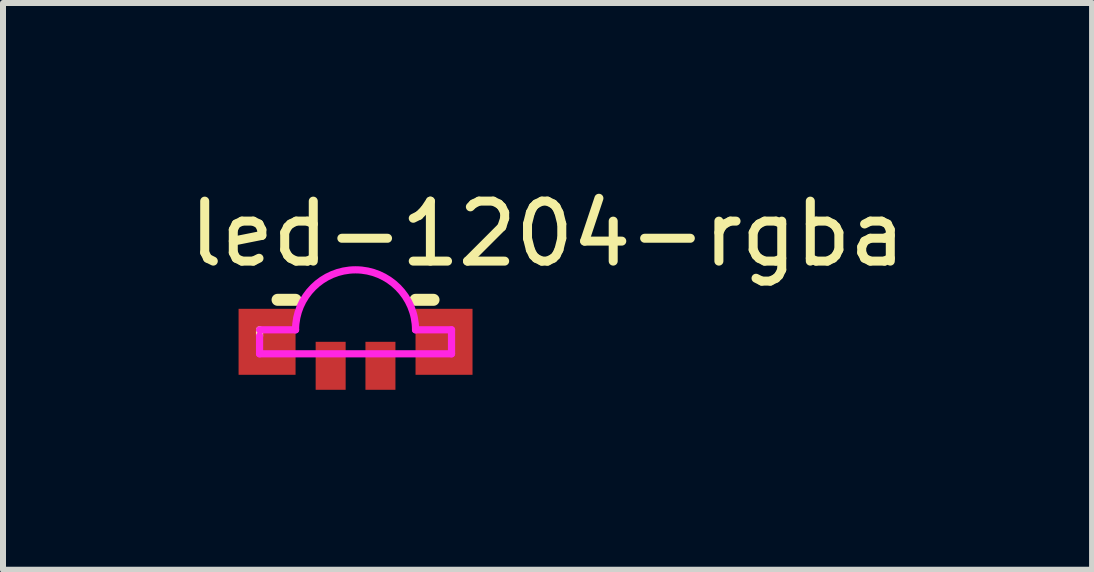
<source format=kicad_pcb>
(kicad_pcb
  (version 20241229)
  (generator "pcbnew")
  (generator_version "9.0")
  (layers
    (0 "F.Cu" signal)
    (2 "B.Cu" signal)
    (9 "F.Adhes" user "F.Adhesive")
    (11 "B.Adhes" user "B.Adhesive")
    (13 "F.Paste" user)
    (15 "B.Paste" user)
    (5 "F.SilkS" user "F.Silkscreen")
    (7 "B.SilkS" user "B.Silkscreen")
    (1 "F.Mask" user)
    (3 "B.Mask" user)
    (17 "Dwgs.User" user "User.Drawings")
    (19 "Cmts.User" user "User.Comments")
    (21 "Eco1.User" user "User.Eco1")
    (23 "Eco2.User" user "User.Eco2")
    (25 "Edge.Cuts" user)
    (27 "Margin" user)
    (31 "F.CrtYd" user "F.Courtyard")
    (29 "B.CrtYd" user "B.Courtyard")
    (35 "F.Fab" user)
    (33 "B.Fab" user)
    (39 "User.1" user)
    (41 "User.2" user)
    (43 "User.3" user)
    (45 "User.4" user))
  (footprint "led-1204-rgba"
    (layer "F.Cu")
    (at 2.877 2.648)
    (property "Reference" "led-1204-rgba" (at 3.2 -1.8 0) (layer "F.SilkS") (effects (font (size 1 1) (thickness 0.15))))
    (attr through_hole)
    (fp_line (start -1.6 -0.1) (end -1.6 -0.2) (stroke (width 0.12) (type solid)) (layer "F.SilkS"))
    (fp_line (start -1 -0.7) (end -1.3 -0.7) (stroke (width 0.2) (type solid)) (layer "F.SilkS"))
    (fp_line (start 1 -0.7) (end 1.3 -0.7) (stroke (width 0.2) (type solid)) (layer "F.SilkS"))
    (fp_line (start -1.6 -0.2) (end -1 -0.2) (stroke (width 0.12) (type solid)) (layer "F.CrtYd"))
    (fp_line (start -1.6 0.2) (end -1.6 -0.1) (stroke (width 0.12) (type solid)) (layer "F.CrtYd"))
    (fp_line (start -1.6 0.2) (end 1.6 0.2) (stroke (width 0.12) (type solid)) (layer "F.CrtYd"))
    (fp_line (start 1.6 -0.2) (end 1 -0.2) (stroke (width 0.12) (type solid)) (layer "F.CrtYd"))
    (fp_line (start 1.6 0.2) (end 1.6 -0.2) (stroke (width 0.12) (type solid)) (layer "F.CrtYd"))
    (fp_arc (start -1 -0.2) (mid 0 -1.2) (end 1 -0.2) (stroke (width 0.12) (type solid)) (layer "F.CrtYd"))
    (pad "1" smd rect (at 0.415 0.4) (size 0.5 0.8) (layers "F.Cu" "F.Mask" "F.Paste"))
    (pad "2" smd rect (at -0.415 0.4) (size 0.5 0.8) (layers "F.Cu" "F.Mask" "F.Paste"))
    (pad "3" smd rect (at 1.475 0) (size 0.95 1.1) (layers "F.Cu" "F.Mask" "F.Paste"))
    (pad "4" smd rect (at -1.475 0) (size 0.95 1.1) (layers "F.Cu" "F.Mask" "F.Paste")))
  (gr_rect
    (start -3 -3)
    (end 15.155 6.448)
    (stroke (width 0.1) (type default))
    (fill no)
    (layer "Edge.Cuts")))
</source>
